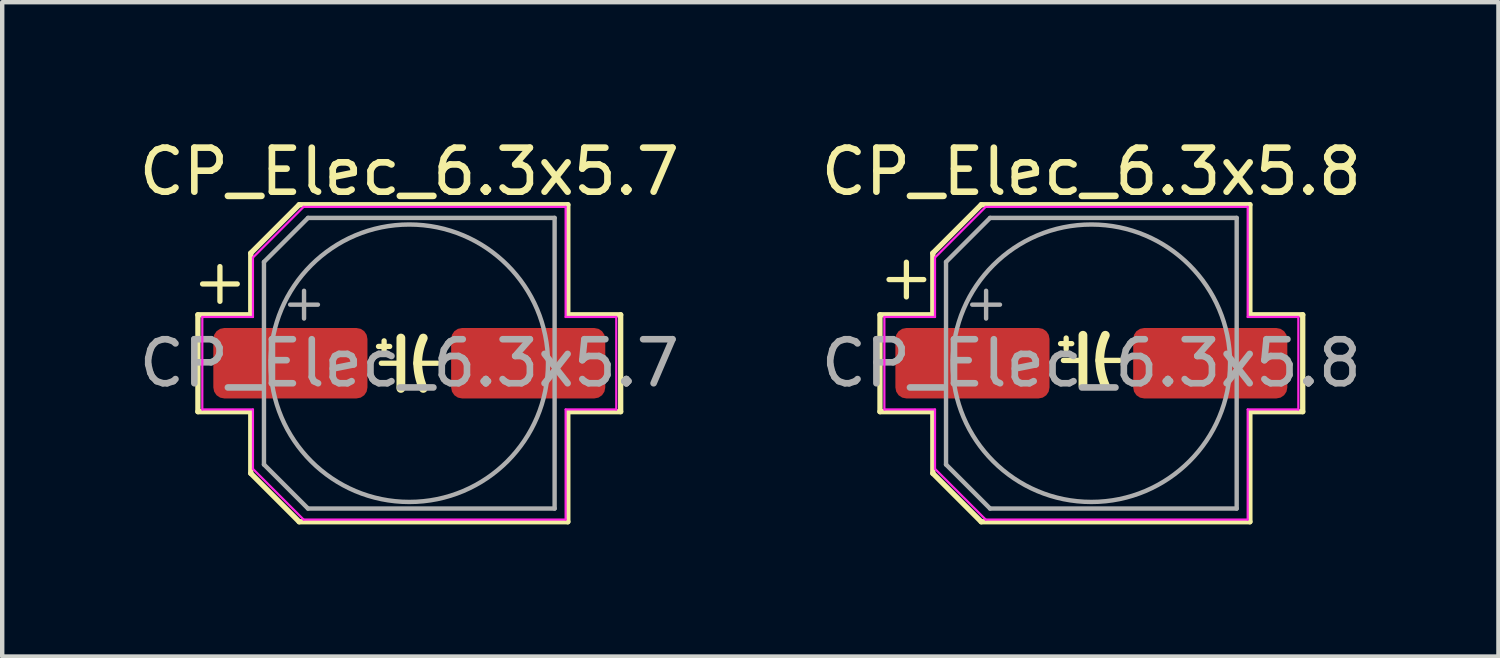
<source format=kicad_pcb>
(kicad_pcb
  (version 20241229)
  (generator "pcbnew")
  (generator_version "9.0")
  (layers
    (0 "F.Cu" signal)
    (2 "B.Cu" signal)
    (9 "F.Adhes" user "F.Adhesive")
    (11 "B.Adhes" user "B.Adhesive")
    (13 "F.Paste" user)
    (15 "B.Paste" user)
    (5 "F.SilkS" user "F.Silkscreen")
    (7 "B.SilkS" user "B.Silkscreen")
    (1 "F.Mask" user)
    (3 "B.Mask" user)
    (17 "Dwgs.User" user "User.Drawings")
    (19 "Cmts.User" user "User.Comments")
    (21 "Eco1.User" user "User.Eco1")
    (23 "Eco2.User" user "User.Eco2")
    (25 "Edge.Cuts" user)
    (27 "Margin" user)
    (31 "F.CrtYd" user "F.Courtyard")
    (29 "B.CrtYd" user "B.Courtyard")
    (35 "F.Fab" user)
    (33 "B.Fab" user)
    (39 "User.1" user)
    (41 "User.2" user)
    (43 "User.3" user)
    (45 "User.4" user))
  (footprint "CP_Elec_6.3x5.7"
    (layer "F.Cu")
    (at 6.244 5.198)
    (property "Reference" "CP_Elec_6.3x5.7" (at 0 -4.35 0) (layer "F.SilkS") (effects (font (size 1 1) (thickness 0.15))))
    (attr smd)
    (fp_line (start -4.8 -1.1) (end -4.8 1.1) (stroke (width 0.12) (type solid)) (layer "F.SilkS"))
    (fp_line (start -4.8 1.1) (end -3.6 1.1) (stroke (width 0.12) (type solid)) (layer "F.SilkS"))
    (fp_line (start -4.694 -1.8) (end -3.906 -1.8) (stroke (width 0.12) (type solid)) (layer "F.SilkS"))
    (fp_line (start -4.3 -2.194) (end -4.3 -1.406) (stroke (width 0.12) (type solid)) (layer "F.SilkS"))
    (fp_line (start -3.6 -2.5) (end -3.6 -1.1) (stroke (width 0.12) (type solid)) (layer "F.SilkS"))
    (fp_line (start -3.6 -1.1) (end -4.8 -1.1) (stroke (width 0.12) (type solid)) (layer "F.SilkS"))
    (fp_line (start -3.6 1.1) (end -3.6 2.5) (stroke (width 0.12) (type solid)) (layer "F.SilkS"))
    (fp_line (start -3.6 2.5) (end -2.5 3.6) (stroke (width 0.12) (type solid)) (layer "F.SilkS"))
    (fp_line (start -2.5 -3.6) (end -3.6 -2.5) (stroke (width 0.12) (type solid)) (layer "F.SilkS"))
    (fp_line (start -2.5 3.6) (end 3.6 3.6) (stroke (width 0.12) (type solid)) (layer "F.SilkS"))
    (fp_line (start -0.699 -0.381) (end -0.445 -0.381) (stroke (width 0.12) (type solid)) (layer "F.SilkS"))
    (fp_line (start -0.635 0) (end -0.191 0) (stroke (width 0.12) (type solid)) (layer "F.SilkS"))
    (fp_line (start -0.572 -0.508) (end -0.572 -0.254) (stroke (width 0.12) (type solid)) (layer "F.SilkS"))
    (fp_line (start -0.191 -0.572) (end -0.191 0.572) (stroke (width 0.2) (type solid)) (layer "F.SilkS"))
    (fp_line (start 0.635 0) (end 0.191 0) (stroke (width 0.12) (type solid)) (layer "F.SilkS"))
    (fp_line (start 3.6 -3.6) (end -2.5 -3.6) (stroke (width 0.12) (type solid)) (layer "F.SilkS"))
    (fp_line (start 3.6 -1.1) (end 3.6 -3.6) (stroke (width 0.12) (type solid)) (layer "F.SilkS"))
    (fp_line (start 3.6 1.1) (end 4.8 1.1) (stroke (width 0.12) (type solid)) (layer "F.SilkS"))
    (fp_line (start 3.6 3.6) (end 3.6 1.1) (stroke (width 0.12) (type solid)) (layer "F.SilkS"))
    (fp_line (start 4.8 -1.1) (end 3.6 -1.1) (stroke (width 0.12) (type solid)) (layer "F.SilkS"))
    (fp_line (start 4.8 1.1) (end 4.8 -1.1) (stroke (width 0.12) (type solid)) (layer "F.SilkS"))
    (fp_arc (start 0.1905 0) (mid 0.222579 -0.292732) (end 0.3175 -0.5715) (stroke (width 0.2) (type solid)) (layer "F.SilkS"))
    (fp_arc (start 0.3175 0.5715) (mid 0.226611 0.291836) (end 0.1905 0) (stroke (width 0.2) (type solid)) (layer "F.SilkS"))
    (fp_line (start -4.7 -1.05) (end -4.7 1.05) (stroke (width 0.05) (type solid)) (layer "F.CrtYd"))
    (fp_line (start -4.7 1.05) (end -3.55 1.05) (stroke (width 0.05) (type solid)) (layer "F.CrtYd"))
    (fp_line (start -3.55 -2.4) (end -3.55 -1.05) (stroke (width 0.05) (type solid)) (layer "F.CrtYd"))
    (fp_line (start -3.55 -2.4) (end -2.4 -3.55) (stroke (width 0.05) (type solid)) (layer "F.CrtYd"))
    (fp_line (start -3.55 -1.05) (end -4.7 -1.05) (stroke (width 0.05) (type solid)) (layer "F.CrtYd"))
    (fp_line (start -3.55 1.05) (end -3.55 2.4) (stroke (width 0.05) (type solid)) (layer "F.CrtYd"))
    (fp_line (start -3.55 2.4) (end -2.4 3.55) (stroke (width 0.05) (type solid)) (layer "F.CrtYd"))
    (fp_line (start -2.4 -3.55) (end 3.55 -3.55) (stroke (width 0.05) (type solid)) (layer "F.CrtYd"))
    (fp_line (start -2.4 3.55) (end 3.55 3.55) (stroke (width 0.05) (type solid)) (layer "F.CrtYd"))
    (fp_line (start 3.55 -3.55) (end 3.55 -1.05) (stroke (width 0.05) (type solid)) (layer "F.CrtYd"))
    (fp_line (start 3.55 -1.05) (end 4.7 -1.05) (stroke (width 0.05) (type solid)) (layer "F.CrtYd"))
    (fp_line (start 3.55 1.05) (end 3.55 3.55) (stroke (width 0.05) (type solid)) (layer "F.CrtYd"))
    (fp_line (start 4.7 -1.05) (end 4.7 1.05) (stroke (width 0.05) (type solid)) (layer "F.CrtYd"))
    (fp_line (start 4.7 1.05) (end 3.55 1.05) (stroke (width 0.05) (type solid)) (layer "F.CrtYd"))
    (fp_line (start -3.3 -2.3) (end -3.3 2.3) (stroke (width 0.1) (type solid)) (layer "F.Fab"))
    (fp_line (start -3.3 -2.3) (end -2.3 -3.3) (stroke (width 0.1) (type solid)) (layer "F.Fab"))
    (fp_line (start -3.3 2.3) (end -2.3 3.3) (stroke (width 0.1) (type solid)) (layer "F.Fab"))
    (fp_line (start -2.705 -1.33) (end -2.075 -1.33) (stroke (width 0.1) (type solid)) (layer "F.Fab"))
    (fp_line (start -2.39 -1.645) (end -2.39 -1.015) (stroke (width 0.1) (type solid)) (layer "F.Fab"))
    (fp_line (start -2.3 -3.3) (end 3.3 -3.3) (stroke (width 0.1) (type solid)) (layer "F.Fab"))
    (fp_line (start -2.3 3.3) (end 3.3 3.3) (stroke (width 0.1) (type solid)) (layer "F.Fab"))
    (fp_line (start 3.3 -3.3) (end 3.3 3.3) (stroke (width 0.1) (type solid)) (layer "F.Fab"))
    (fp_circle (center 0 0) (end 3.15 0) (stroke (width 0.1) (type solid)) (fill no) (layer "F.Fab"))
    (fp_text user "${REFERENCE}" (at 0 0 0) (layer "F.Fab") (effects (font (size 1 1) (thickness 0.15))))
    (pad "1" smd roundrect (at -2.7 0) (size 3.5 1.6) (layers "F.Cu" "F.Mask" "F.Paste") (roundrect_rratio 0.156))
    (pad "2" smd roundrect (at 2.7 0) (size 3.5 1.6) (layers "F.Cu" "F.Mask" "F.Paste") (roundrect_rratio 0.156)))
  (footprint "CP_Elec_6.3x5.8"
    (layer "F.Cu")
    (at 21.732 5.198)
    (property "Reference" "CP_Elec_6.3x5.8" (at 0 -4.35 0) (layer "F.SilkS") (effects (font (size 1 1) (thickness 0.15))))
    (attr smd)
    (fp_line (start -4.8 -1.1) (end -4.8 1.1) (stroke (width 0.12) (type solid)) (layer "F.SilkS"))
    (fp_line (start -4.8 1.1) (end -3.6 1.1) (stroke (width 0.12) (type solid)) (layer "F.SilkS"))
    (fp_line (start -4.594 -1.9) (end -3.806 -1.9) (stroke (width 0.12) (type solid)) (layer "F.SilkS"))
    (fp_line (start -4.2 -2.294) (end -4.2 -1.506) (stroke (width 0.12) (type solid)) (layer "F.SilkS"))
    (fp_line (start -3.6 -2.5) (end -3.6 -1.1) (stroke (width 0.12) (type solid)) (layer "F.SilkS"))
    (fp_line (start -3.6 -1.1) (end -4.8 -1.1) (stroke (width 0.12) (type solid)) (layer "F.SilkS"))
    (fp_line (start -3.6 1.1) (end -3.6 2.5) (stroke (width 0.12) (type solid)) (layer "F.SilkS"))
    (fp_line (start -3.6 2.5) (end -2.5 3.6) (stroke (width 0.12) (type solid)) (layer "F.SilkS"))
    (fp_line (start -2.5 -3.6) (end -3.6 -2.5) (stroke (width 0.12) (type solid)) (layer "F.SilkS"))
    (fp_line (start -2.5 3.6) (end 3.6 3.6) (stroke (width 0.12) (type solid)) (layer "F.SilkS"))
    (fp_line (start -0.699 -0.445) (end -0.445 -0.445) (stroke (width 0.12) (type solid)) (layer "F.SilkS"))
    (fp_line (start -0.635 -0.064) (end -0.191 -0.064) (stroke (width 0.12) (type solid)) (layer "F.SilkS"))
    (fp_line (start -0.572 -0.572) (end -0.572 -0.318) (stroke (width 0.12) (type solid)) (layer "F.SilkS"))
    (fp_line (start -0.191 -0.635) (end -0.191 0.508) (stroke (width 0.2) (type solid)) (layer "F.SilkS"))
    (fp_line (start 0.635 -0.064) (end 0.191 -0.064) (stroke (width 0.12) (type solid)) (layer "F.SilkS"))
    (fp_line (start 3.6 -3.6) (end -2.5 -3.6) (stroke (width 0.12) (type solid)) (layer "F.SilkS"))
    (fp_line (start 3.6 -1.1) (end 3.6 -3.6) (stroke (width 0.12) (type solid)) (layer "F.SilkS"))
    (fp_line (start 3.6 1.1) (end 4.8 1.1) (stroke (width 0.12) (type solid)) (layer "F.SilkS"))
    (fp_line (start 3.6 3.6) (end 3.6 1.1) (stroke (width 0.12) (type solid)) (layer "F.SilkS"))
    (fp_line (start 4.8 -1.1) (end 3.6 -1.1) (stroke (width 0.12) (type solid)) (layer "F.SilkS"))
    (fp_line (start 4.8 1.1) (end 4.8 -1.1) (stroke (width 0.12) (type solid)) (layer "F.SilkS"))
    (fp_arc (start 0.1905 -0.0635) (mid 0.222579 -0.356232) (end 0.3175 -0.635) (stroke (width 0.2) (type solid)) (layer "F.SilkS"))
    (fp_arc (start 0.3175 0.508) (mid 0.226611 0.228336) (end 0.1905 -0.0635) (stroke (width 0.2) (type solid)) (layer "F.SilkS"))
    (fp_line (start -4.7 -1.05) (end -4.7 1.05) (stroke (width 0.05) (type solid)) (layer "F.CrtYd"))
    (fp_line (start -4.7 1.05) (end -3.55 1.05) (stroke (width 0.05) (type solid)) (layer "F.CrtYd"))
    (fp_line (start -3.55 -2.4) (end -3.55 -1.05) (stroke (width 0.05) (type solid)) (layer "F.CrtYd"))
    (fp_line (start -3.55 -2.4) (end -2.4 -3.55) (stroke (width 0.05) (type solid)) (layer "F.CrtYd"))
    (fp_line (start -3.55 -1.05) (end -4.7 -1.05) (stroke (width 0.05) (type solid)) (layer "F.CrtYd"))
    (fp_line (start -3.55 1.05) (end -3.55 2.4) (stroke (width 0.05) (type solid)) (layer "F.CrtYd"))
    (fp_line (start -3.55 2.4) (end -2.4 3.55) (stroke (width 0.05) (type solid)) (layer "F.CrtYd"))
    (fp_line (start -2.4 -3.55) (end 3.55 -3.55) (stroke (width 0.05) (type solid)) (layer "F.CrtYd"))
    (fp_line (start -2.4 3.55) (end 3.55 3.55) (stroke (width 0.05) (type solid)) (layer "F.CrtYd"))
    (fp_line (start 3.55 -3.55) (end 3.55 -1.05) (stroke (width 0.05) (type solid)) (layer "F.CrtYd"))
    (fp_line (start 3.55 -1.05) (end 4.7 -1.05) (stroke (width 0.05) (type solid)) (layer "F.CrtYd"))
    (fp_line (start 3.55 1.05) (end 3.55 3.55) (stroke (width 0.05) (type solid)) (layer "F.CrtYd"))
    (fp_line (start 4.7 -1.05) (end 4.7 1.05) (stroke (width 0.05) (type solid)) (layer "F.CrtYd"))
    (fp_line (start 4.7 1.05) (end 3.55 1.05) (stroke (width 0.05) (type solid)) (layer "F.CrtYd"))
    (fp_line (start -3.3 -2.3) (end -3.3 2.3) (stroke (width 0.1) (type solid)) (layer "F.Fab"))
    (fp_line (start -3.3 -2.3) (end -2.3 -3.3) (stroke (width 0.1) (type solid)) (layer "F.Fab"))
    (fp_line (start -3.3 2.3) (end -2.3 3.3) (stroke (width 0.1) (type solid)) (layer "F.Fab"))
    (fp_line (start -2.705 -1.33) (end -2.075 -1.33) (stroke (width 0.1) (type solid)) (layer "F.Fab"))
    (fp_line (start -2.39 -1.645) (end -2.39 -1.015) (stroke (width 0.1) (type solid)) (layer "F.Fab"))
    (fp_line (start -2.3 -3.3) (end 3.3 -3.3) (stroke (width 0.1) (type solid)) (layer "F.Fab"))
    (fp_line (start -2.3 3.3) (end 3.3 3.3) (stroke (width 0.1) (type solid)) (layer "F.Fab"))
    (fp_line (start 3.3 -3.3) (end 3.3 3.3) (stroke (width 0.1) (type solid)) (layer "F.Fab"))
    (fp_circle (center 0 0) (end 3.15 0) (stroke (width 0.1) (type solid)) (fill no) (layer "F.Fab"))
    (fp_text user "${REFERENCE}" (at 0 0 0) (layer "F.Fab") (effects (font (size 1 1) (thickness 0.15))))
    (pad "1" smd roundrect (at -2.7 0) (size 3.5 1.6) (layers "F.Cu" "F.Mask" "F.Paste") (roundrect_rratio 0.156))
    (pad "2" smd roundrect (at 2.7 0) (size 3.5 1.6) (layers "F.Cu" "F.Mask" "F.Paste") (roundrect_rratio 0.156)))
  (gr_rect
    (start -3 -3)
    (end 30.976 11.858)
    (stroke (width 0.1) (type default))
    (fill no)
    (layer "Edge.Cuts")))
</source>
